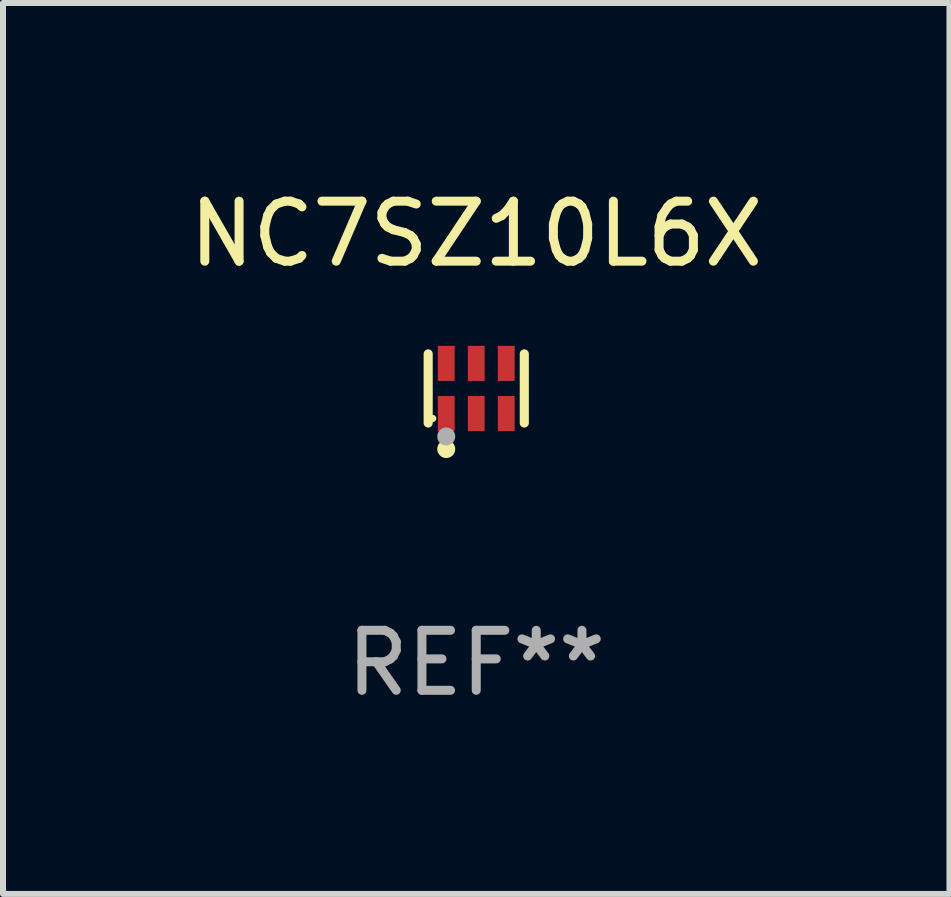
<source format=kicad_pcb>
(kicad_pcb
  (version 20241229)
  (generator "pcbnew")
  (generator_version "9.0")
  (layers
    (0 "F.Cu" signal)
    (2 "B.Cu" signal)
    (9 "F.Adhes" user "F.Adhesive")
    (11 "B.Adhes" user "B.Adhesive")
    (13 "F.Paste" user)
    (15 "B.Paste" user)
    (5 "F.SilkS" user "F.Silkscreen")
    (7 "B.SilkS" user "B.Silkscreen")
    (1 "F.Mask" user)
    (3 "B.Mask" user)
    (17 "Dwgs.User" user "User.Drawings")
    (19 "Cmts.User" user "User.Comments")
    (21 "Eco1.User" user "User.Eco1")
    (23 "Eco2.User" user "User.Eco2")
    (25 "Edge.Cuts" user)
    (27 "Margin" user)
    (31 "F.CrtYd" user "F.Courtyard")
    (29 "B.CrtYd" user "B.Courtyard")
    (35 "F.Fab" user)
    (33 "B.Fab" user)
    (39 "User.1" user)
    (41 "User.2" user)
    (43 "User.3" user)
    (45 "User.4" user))
  (footprint "NC7SZ10L6X"
    (layer "F.Cu")
    (at 4.887 3.424)
    (property "Reference" "NC7SZ10L6X" (at 0 -2.576 0) (layer "F.SilkS") (effects (font (size 1 1) (thickness 0.15))))
    (attr through_hole)
    (fp_line (start -0.801 0.576) (end -0.801 -0.576) (stroke (width 0.152) (type solid)) (layer "F.SilkS"))
    (fp_line (start 0.801 0.576) (end 0.801 -0.576) (stroke (width 0.152) (type solid)) (layer "F.SilkS"))
    (fp_circle (center -0.725 0.5) (end -0.695 0.5) (stroke (width 0.06) (type solid)) (fill no) (layer "F.SilkS"))
    (fp_circle (center -0.5 1.01) (end -0.425 1.01) (stroke (width 0.15) (type solid)) (fill no) (layer "F.SilkS"))
    (fp_circle (center -0.5 0.8) (end -0.425 0.8) (stroke (width 0.15) (type solid)) (fill no) (layer "F.Fab"))
    (fp_text user "REF**" (at 0 4.576 0) (layer "F.Fab") (effects (font (size 1 1) (thickness 0.15))))
    (pad "1" smd rect (at -0.5 0.418) (size 0.28 0.585) (layers "F.Cu" "F.Mask" "F.Paste"))
    (pad "2" smd rect (at 0 0.418) (size 0.28 0.585) (layers "F.Cu" "F.Mask" "F.Paste"))
    (pad "3" smd rect (at 0.5 0.418) (size 0.28 0.585) (layers "F.Cu" "F.Mask" "F.Paste"))
    (pad "4" smd rect (at 0.5 -0.418) (size 0.28 0.585) (layers "F.Cu" "F.Mask" "F.Paste"))
    (pad "5" smd rect (at 0 -0.418) (size 0.28 0.585) (layers "F.Cu" "F.Mask" "F.Paste"))
    (pad "6" smd rect (at -0.5 -0.418) (size 0.28 0.585) (layers "F.Cu" "F.Mask" "F.Paste")))
  (gr_rect
    (start -3 -3)
    (end 12.774 11.849)
    (stroke (width 0.1) (type default))
    (fill no)
    (layer "Edge.Cuts")))
</source>
